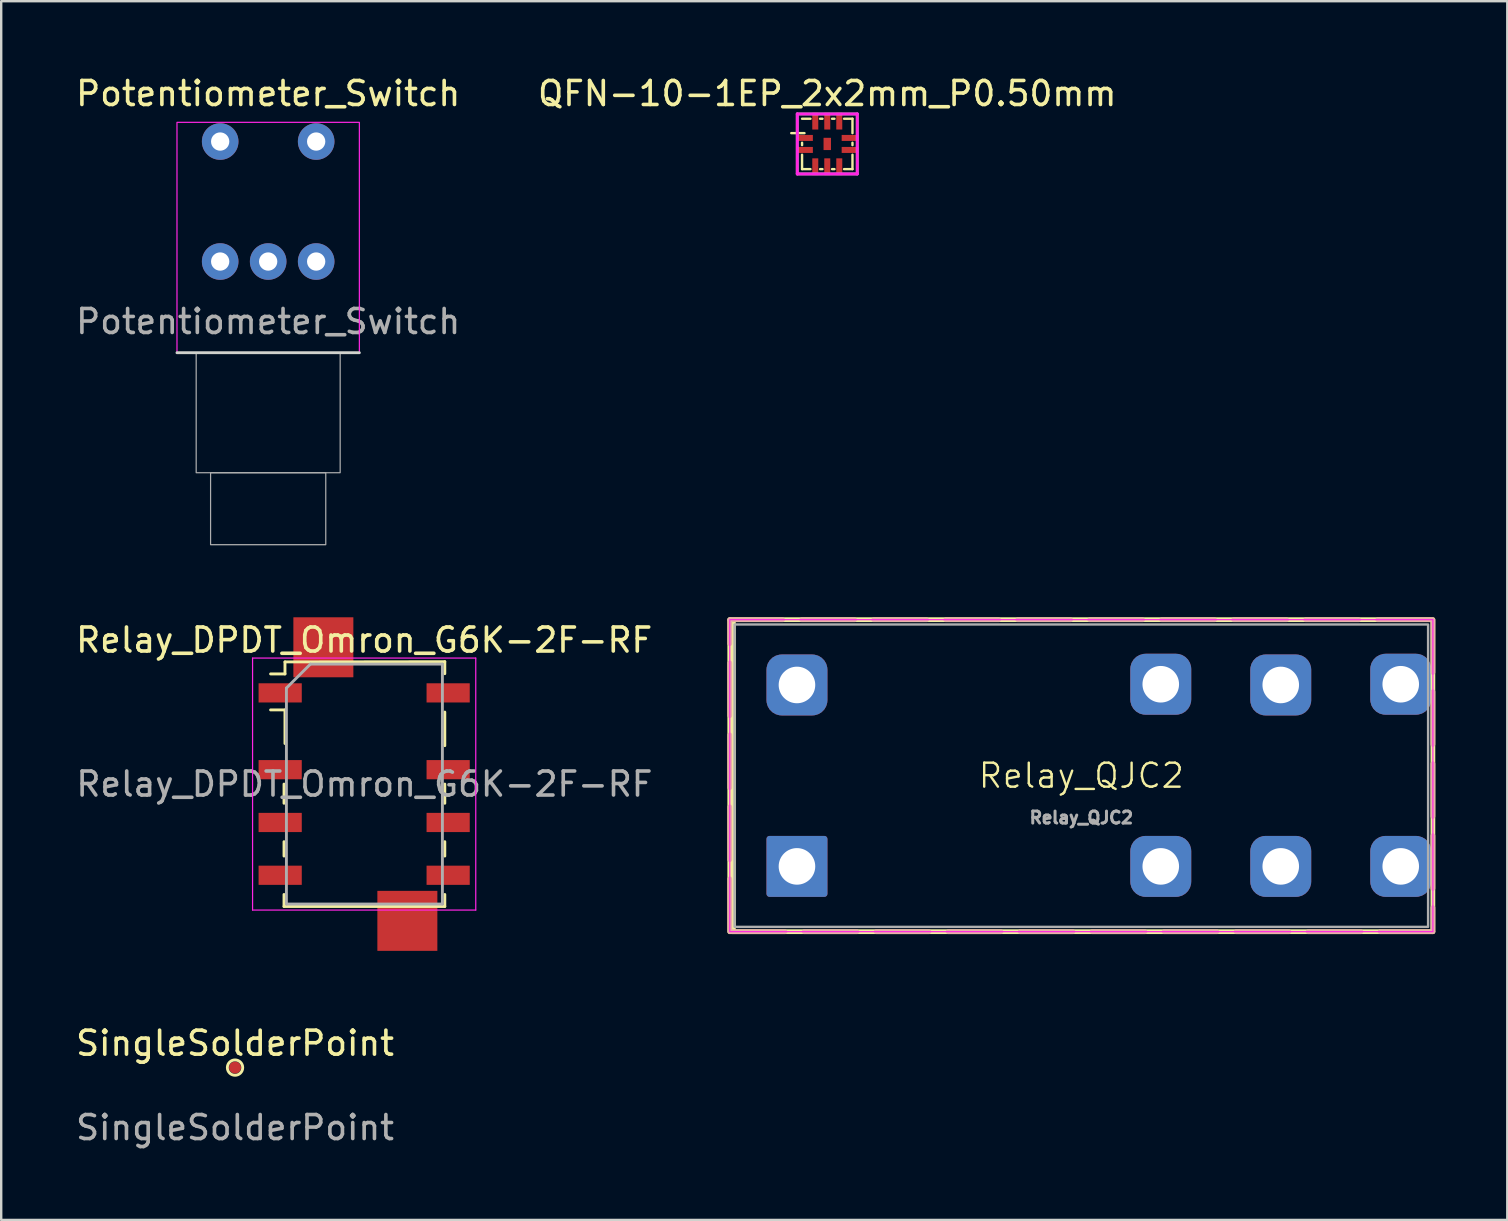
<source format=kicad_pcb>
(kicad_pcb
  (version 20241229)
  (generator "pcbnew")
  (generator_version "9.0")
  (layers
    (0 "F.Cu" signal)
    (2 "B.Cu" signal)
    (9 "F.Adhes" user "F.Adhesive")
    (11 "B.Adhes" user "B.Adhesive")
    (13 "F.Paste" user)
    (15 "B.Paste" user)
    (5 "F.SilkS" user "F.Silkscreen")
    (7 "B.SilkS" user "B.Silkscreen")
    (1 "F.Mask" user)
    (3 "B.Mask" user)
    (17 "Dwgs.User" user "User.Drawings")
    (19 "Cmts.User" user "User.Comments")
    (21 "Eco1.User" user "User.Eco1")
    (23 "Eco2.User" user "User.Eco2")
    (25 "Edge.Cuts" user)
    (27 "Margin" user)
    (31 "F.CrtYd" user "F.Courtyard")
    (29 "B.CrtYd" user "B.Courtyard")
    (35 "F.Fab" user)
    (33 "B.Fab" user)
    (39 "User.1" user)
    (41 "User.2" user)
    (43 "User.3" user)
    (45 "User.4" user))
  (footprint "Relay_DPDT_Omron_G6K-2F-RF"
    (layer "F.Cu")
    (at 12.125 29.623)
    (property "Reference" "Relay_DPDT_Omron_G6K-2F-RF" (at 0 -6 0) (layer "F.SilkS") (effects (font (size 1 1) (thickness 0.15))))
    (attr smd)
    (fp_line (start -3.34 0.8) (end -3.34 0) (stroke (width 0.12) (type solid)) (layer "F.SilkS"))
    (fp_line (start -3.34 3) (end -3.34 2.4) (stroke (width 0.12) (type solid)) (layer "F.SilkS"))
    (fp_line (start -3.34 5.1) (end -3.34 4.6) (stroke (width 0.12) (type solid)) (layer "F.SilkS"))
    (fp_line (start -3.3 -5.09) (end -3.3 -4.59) (stroke (width 0.12) (type solid)) (layer "F.SilkS"))
    (fp_line (start -3.3 -5.09) (end 3.36 -5.1) (stroke (width 0.12) (type solid)) (layer "F.SilkS"))
    (fp_line (start -3.3 -4.59) (end -3.9 -4.59) (stroke (width 0.12) (type solid)) (layer "F.SilkS"))
    (fp_line (start -3.3 -3.09) (end -3.9 -3.09) (stroke (width 0.12) (type solid)) (layer "F.SilkS"))
    (fp_line (start -3.3 -1.69) (end -3.3 -3.09) (stroke (width 0.12) (type solid)) (layer "F.SilkS"))
    (fp_line (start 3.36 -5.1) (end 3.36 -4.6) (stroke (width 0.12) (type solid)) (layer "F.SilkS"))
    (fp_line (start 3.36 -3) (end 3.36 -1.6) (stroke (width 0.12) (type solid)) (layer "F.SilkS"))
    (fp_line (start 3.36 0) (end 3.36 0.8) (stroke (width 0.12) (type solid)) (layer "F.SilkS"))
    (fp_line (start 3.36 2.4) (end 3.36 3) (stroke (width 0.12) (type solid)) (layer "F.SilkS"))
    (fp_line (start 3.36 4.6) (end 3.36 5.1) (stroke (width 0.12) (type solid)) (layer "F.SilkS"))
    (fp_line (start 3.36 5.1) (end -3.34 5.1) (stroke (width 0.12) (type solid)) (layer "F.SilkS"))
    (fp_line (start -4.65 -5.25) (end -4.65 5.25) (stroke (width 0.05) (type solid)) (layer "F.CrtYd"))
    (fp_line (start -4.65 -5.25) (end 4.65 -5.25) (stroke (width 0.05) (type solid)) (layer "F.CrtYd"))
    (fp_line (start 4.65 5.25) (end -4.65 5.25) (stroke (width 0.05) (type solid)) (layer "F.CrtYd"))
    (fp_line (start 4.65 5.25) (end 4.65 -5.25) (stroke (width 0.05) (type solid)) (layer "F.CrtYd"))
    (fp_line (start -3.24 -4) (end -2.24 -5) (stroke (width 0.12) (type solid)) (layer "F.Fab"))
    (fp_line (start -3.24 5) (end -3.24 -4) (stroke (width 0.12) (type solid)) (layer "F.Fab"))
    (fp_line (start -2.24 -5) (end 3.26 -5) (stroke (width 0.12) (type solid)) (layer "F.Fab"))
    (fp_line (start 3.26 -5) (end 3.26 5) (stroke (width 0.12) (type solid)) (layer "F.Fab"))
    (fp_line (start 3.26 5) (end -3.24 5) (stroke (width 0.12) (type solid)) (layer "F.Fab"))
    (fp_text user "${REFERENCE}" (at 0.01 0 0) (layer "F.Fab") (effects (font (size 1 1) (thickness 0.15))))
    (pad "1" smd rect (at -3.5 -3.8) (size 1.8 0.8) (layers "F.Cu" "F.Mask" "F.Paste"))
    (pad "2" smd rect (at -3.5 -0.6) (size 1.8 0.8) (layers "F.Cu" "F.Mask" "F.Paste"))
    (pad "3" smd rect (at -3.5 1.6) (size 1.8 0.8) (layers "F.Cu" "F.Mask" "F.Paste"))
    (pad "4" smd rect (at -3.5 3.8) (size 1.8 0.8) (layers "F.Cu" "F.Mask" "F.Paste"))
    (pad "5" smd rect (at 3.5 3.8) (size 1.8 0.8) (layers "F.Cu" "F.Mask" "F.Paste"))
    (pad "6" smd rect (at 3.5 1.6) (size 1.8 0.8) (layers "F.Cu" "F.Mask" "F.Paste"))
    (pad "7" smd rect (at 3.5 -0.6) (size 1.8 0.8) (layers "F.Cu" "F.Mask" "F.Paste"))
    (pad "8" smd rect (at 3.5 -3.8) (size 1.8 0.8) (layers "F.Cu" "F.Mask" "F.Paste"))
    (pad "9" smd rect (at -1.7 -5.7) (size 2.5 2.5) (layers "F.Cu" "F.Mask" "F.Paste"))
    (pad "9" smd rect (at 1.8 5.7) (size 2.5 2.5) (layers "F.Cu" "F.Mask" "F.Paste")))
  (footprint "Relay_QJC2"
    (layer "F.Cu")
    (at 42.01 29.273)
    (property "Reference" "Relay_QJC2" (at 0 0 0) (unlocked yes) (layer "F.SilkS") (effects (font (size 1 1) (thickness 0.1))))
    (attr through_hole)
    (fp_line (start -14.5 -6.4) (end -14.5 6.4) (stroke (width 0.2) (type default)) (layer "F.SilkS"))
    (fp_rect (start -14.65 -6.5) (end 14.65 6.5) (stroke (width 0.2) (type default)) (fill no) (layer "F.SilkS"))
    (fp_rect (start -14.65 -6.5) (end 14.65 6.5) (stroke (width 0.2) (type dash)) (fill no) (layer "B.SilkS"))
    (fp_rect (start -14.65 -6.5) (end 14.65 6.5) (stroke (width 0.05) (type default)) (fill no) (layer "F.CrtYd"))
    (fp_rect (start -14.45 -6.3) (end 14.45 6.3) (stroke (width 0.1) (type default)) (fill no) (layer "F.Fab"))
    (fp_text user "${REFERENCE}" (at 0 1.75 0) (unlocked yes) (layer "F.Fab") (effects (font (size 0.5 0.5) (thickness 0.125))))
    (pad "1" thru_hole roundrect (at -11.85 3.78) (size 2.54 2.54) (drill 1.524) (layers "*.Cu" "*.Mask") (roundrect_rratio 0.05))
    (pad "2" thru_hole roundrect (at 3.31 3.78) (size 2.54 2.54) (drill 1.524) (layers "*.Cu" "*.Mask") (roundrect_rratio 0.25))
    (pad "3" thru_hole roundrect (at 8.31 3.78) (size 2.54 2.54) (drill 1.524) (layers "*.Cu" "*.Mask") (roundrect_rratio 0.25))
    (pad "4" thru_hole roundrect (at 13.31 3.78) (size 2.54 2.54) (drill 1.524) (layers "*.Cu" "*.Mask") (roundrect_rratio 0.25))
    (pad "5" thru_hole roundrect (at 13.31 -3.81) (size 2.54 2.54) (drill 1.524) (layers "*.Cu" "*.Mask") (roundrect_rratio 0.25))
    (pad "6" thru_hole roundrect (at 8.31 -3.78) (size 2.54 2.54) (drill 1.524) (layers "*.Cu" "*.Mask") (roundrect_rratio 0.25))
    (pad "7" thru_hole roundrect (at 3.31 -3.81) (size 2.54 2.54) (drill 1.524) (layers "*.Cu" "*.Mask") (roundrect_rratio 0.25))
    (pad "8" thru_hole roundrect (at -11.85 -3.78) (size 2.54 2.54) (drill 1.524) (layers "*.Cu" "*.Mask") (roundrect_rratio 0.25)))
  (footprint "QFN-10-1EP_2x2mm_P0.50mm"
    (layer "F.Cu")
    (at 31.423 2.948)
    (property "Reference" "QFN-10-1EP_2x2mm_P0.50mm" (at 0 -2.1 180) (layer "F.SilkS") (effects (font (size 1 1) (thickness 0.15))))
    (attr through_hole)
    (fp_line (start -1.5 -0.45) (end -0.95 -0.45) (stroke (width 0.1) (type solid)) (layer "F.SilkS"))
    (fp_line (start -1.05 -1.05) (end -0.7 -1.05) (stroke (width 0.1) (type solid)) (layer "F.SilkS"))
    (fp_line (start -1.05 -0.05) (end -1.05 0.05) (stroke (width 0.1) (type solid)) (layer "F.SilkS"))
    (fp_line (start -1.05 0.45) (end -1.05 1.05) (stroke (width 0.1) (type solid)) (layer "F.SilkS"))
    (fp_line (start -0.7 1.05) (end -1.05 1.05) (stroke (width 0.1) (type solid)) (layer "F.SilkS"))
    (fp_line (start -0.3 -1.05) (end -0.2 -1.05) (stroke (width 0.1) (type solid)) (layer "F.SilkS"))
    (fp_line (start -0.2 1.05) (end -0.3 1.05) (stroke (width 0.1) (type solid)) (layer "F.SilkS"))
    (fp_line (start 0.2 -1.05) (end 0.3 -1.05) (stroke (width 0.1) (type solid)) (layer "F.SilkS"))
    (fp_line (start 0.3 1.05) (end 0.2 1.05) (stroke (width 0.1) (type solid)) (layer "F.SilkS"))
    (fp_line (start 0.7 -1.05) (end 1.05 -1.05) (stroke (width 0.1) (type solid)) (layer "F.SilkS"))
    (fp_line (start 1.05 -1.05) (end 1.05 -0.45) (stroke (width 0.1) (type solid)) (layer "F.SilkS"))
    (fp_line (start 1.05 -0.05) (end 1.05 0.05) (stroke (width 0.1) (type solid)) (layer "F.SilkS"))
    (fp_line (start 1.05 0.45) (end 1.05 1.05) (stroke (width 0.1) (type solid)) (layer "F.SilkS"))
    (fp_line (start 1.05 1.05) (end 0.7 1.05) (stroke (width 0.1) (type solid)) (layer "F.SilkS"))
    (fp_line (start -1.25 -1.25) (end 1.25 -1.25) (stroke (width 0.12) (type solid)) (layer "F.CrtYd"))
    (fp_line (start -1.25 1.25) (end -1.25 -1.25) (stroke (width 0.12) (type solid)) (layer "F.CrtYd"))
    (fp_line (start 1.25 -1.25) (end 1.25 1.25) (stroke (width 0.12) (type solid)) (layer "F.CrtYd"))
    (fp_line (start 1.25 1.25) (end -1.25 1.25) (stroke (width 0.12) (type solid)) (layer "F.CrtYd"))
    (fp_line (start -1.25 -1.25) (end 1.25 -1.25) (stroke (width 0.12) (type solid)) (layer "F.Fab"))
    (fp_line (start -1.25 1.25) (end -1.25 -1.25) (stroke (width 0.12) (type solid)) (layer "F.Fab"))
    (fp_line (start 1.25 -1.25) (end 1.25 1.25) (stroke (width 0.12) (type solid)) (layer "F.Fab"))
    (fp_line (start 1.25 1.25) (end -1.25 1.25) (stroke (width 0.12) (type solid)) (layer "F.Fab"))
    (pad "1" smd rect (at -0.95 -0.25 90) (size 0.25 0.7) (layers "F.Cu" "F.Mask" "F.Paste"))
    (pad "2" smd rect (at -0.95 0.25 90) (size 0.25 0.7) (layers "F.Cu" "F.Mask" "F.Paste"))
    (pad "3" smd rect (at -0.5 0.95) (size 0.25 0.7) (layers "F.Cu" "F.Mask" "F.Paste"))
    (pad "4" smd rect (at 0 0.95) (size 0.25 0.7) (layers "F.Cu" "F.Mask" "F.Paste"))
    (pad "5" smd rect (at 0.5 0.95) (size 0.25 0.7) (layers "F.Cu" "F.Mask" "F.Paste"))
    (pad "6" smd rect (at 0.95 0.25 90) (size 0.25 0.7) (layers "F.Cu" "F.Mask" "F.Paste"))
    (pad "7" smd rect (at 0.95 -0.25 90) (size 0.25 0.7) (layers "F.Cu" "F.Mask" "F.Paste"))
    (pad "8" smd rect (at 0.5 -0.95) (size 0.25 0.7) (layers "F.Cu" "F.Mask" "F.Paste"))
    (pad "9" smd rect (at 0 -0.95) (size 0.25 0.7) (layers "F.Cu" "F.Mask" "F.Paste"))
    (pad "10" smd rect (at -0.5 -0.95) (size 0.25 0.7) (layers "F.Cu" "F.Mask" "F.Paste"))
    (pad "11" smd rect (at 0 0) (size 0.31 0.51) (layers "F.Cu" "F.Mask" "F.Paste")))
  (footprint "SingleSolderPoint"
    (layer "F.Cu")
    (at 6.744 41.438)
    (property "Reference" "SingleSolderPoint" (at 0 -1.016 0) (unlocked yes) (layer "F.SilkS") (effects (font (size 1 1) (thickness 0.15))))
    (attr smd)
    (fp_circle (center 0 0) (end 0.32 0) (stroke (width 0.12) (type solid)) (fill no) (layer "F.SilkS"))
    (fp_text user "${REFERENCE}" (at 0 2.5 0) (unlocked yes) (layer "F.Fab") (effects (font (size 1 1) (thickness 0.15))))
    (pad "1" smd circle (at 0 0) (size 0.5 0.5) (layers "F.Cu" "F.Mask" "F.Paste")))
  (footprint "Potentiometer_Switch"
    (layer "F.Cu")
    (at 8.125 7.848)
    (property "Reference" "Potentiometer_Switch" (at 0 -7 0) (unlocked yes) (layer "F.SilkS") (effects (font (size 1 1) (thickness 0.15))))
    (attr through_hole)
    (fp_line (start -3.8 3.8) (end 3.8 3.8) (stroke (width 0.12) (type solid)) (layer "Edge.Cuts"))
    (fp_rect (start -3.8 -5.8) (end 3.8 3.8) (stroke (width 0.05) (type solid)) (fill no) (layer "F.CrtYd"))
    (fp_rect (start -3 3.8) (end 3 8.8) (stroke (width 0.05) (type solid)) (fill no) (layer "F.Fab"))
    (fp_rect (start -2.4 8.8) (end 2.4 11.8) (stroke (width 0.05) (type solid)) (fill no) (layer "F.Fab"))
    (fp_text user "${REFERENCE}" (at 0 2.5 0) (unlocked yes) (layer "F.Fab") (effects (font (size 1 1) (thickness 0.15))))
    (pad "1" thru_hole circle (at -2 0) (size 1.524 1.524) (drill 0.762) (layers "*.Cu" "*.Mask"))
    (pad "2" thru_hole circle (at 0 0) (size 1.524 1.524) (drill 0.762) (layers "*.Cu" "*.Mask"))
    (pad "3" thru_hole circle (at 2 0) (size 1.524 1.524) (drill 0.762) (layers "*.Cu" "*.Mask"))
    (pad "4" thru_hole circle (at 2 -5) (size 1.524 1.524) (drill 0.762) (layers "*.Cu" "*.Mask"))
    (pad "5" thru_hole circle (at -2 -5) (size 1.524 1.524) (drill 0.762) (layers "*.Cu" "*.Mask")))
  (gr_rect
    (start -3 -3)
    (end 59.76 47.786)
    (stroke (width 0.1) (type default))
    (fill no)
    (layer "Edge.Cuts")))
</source>
